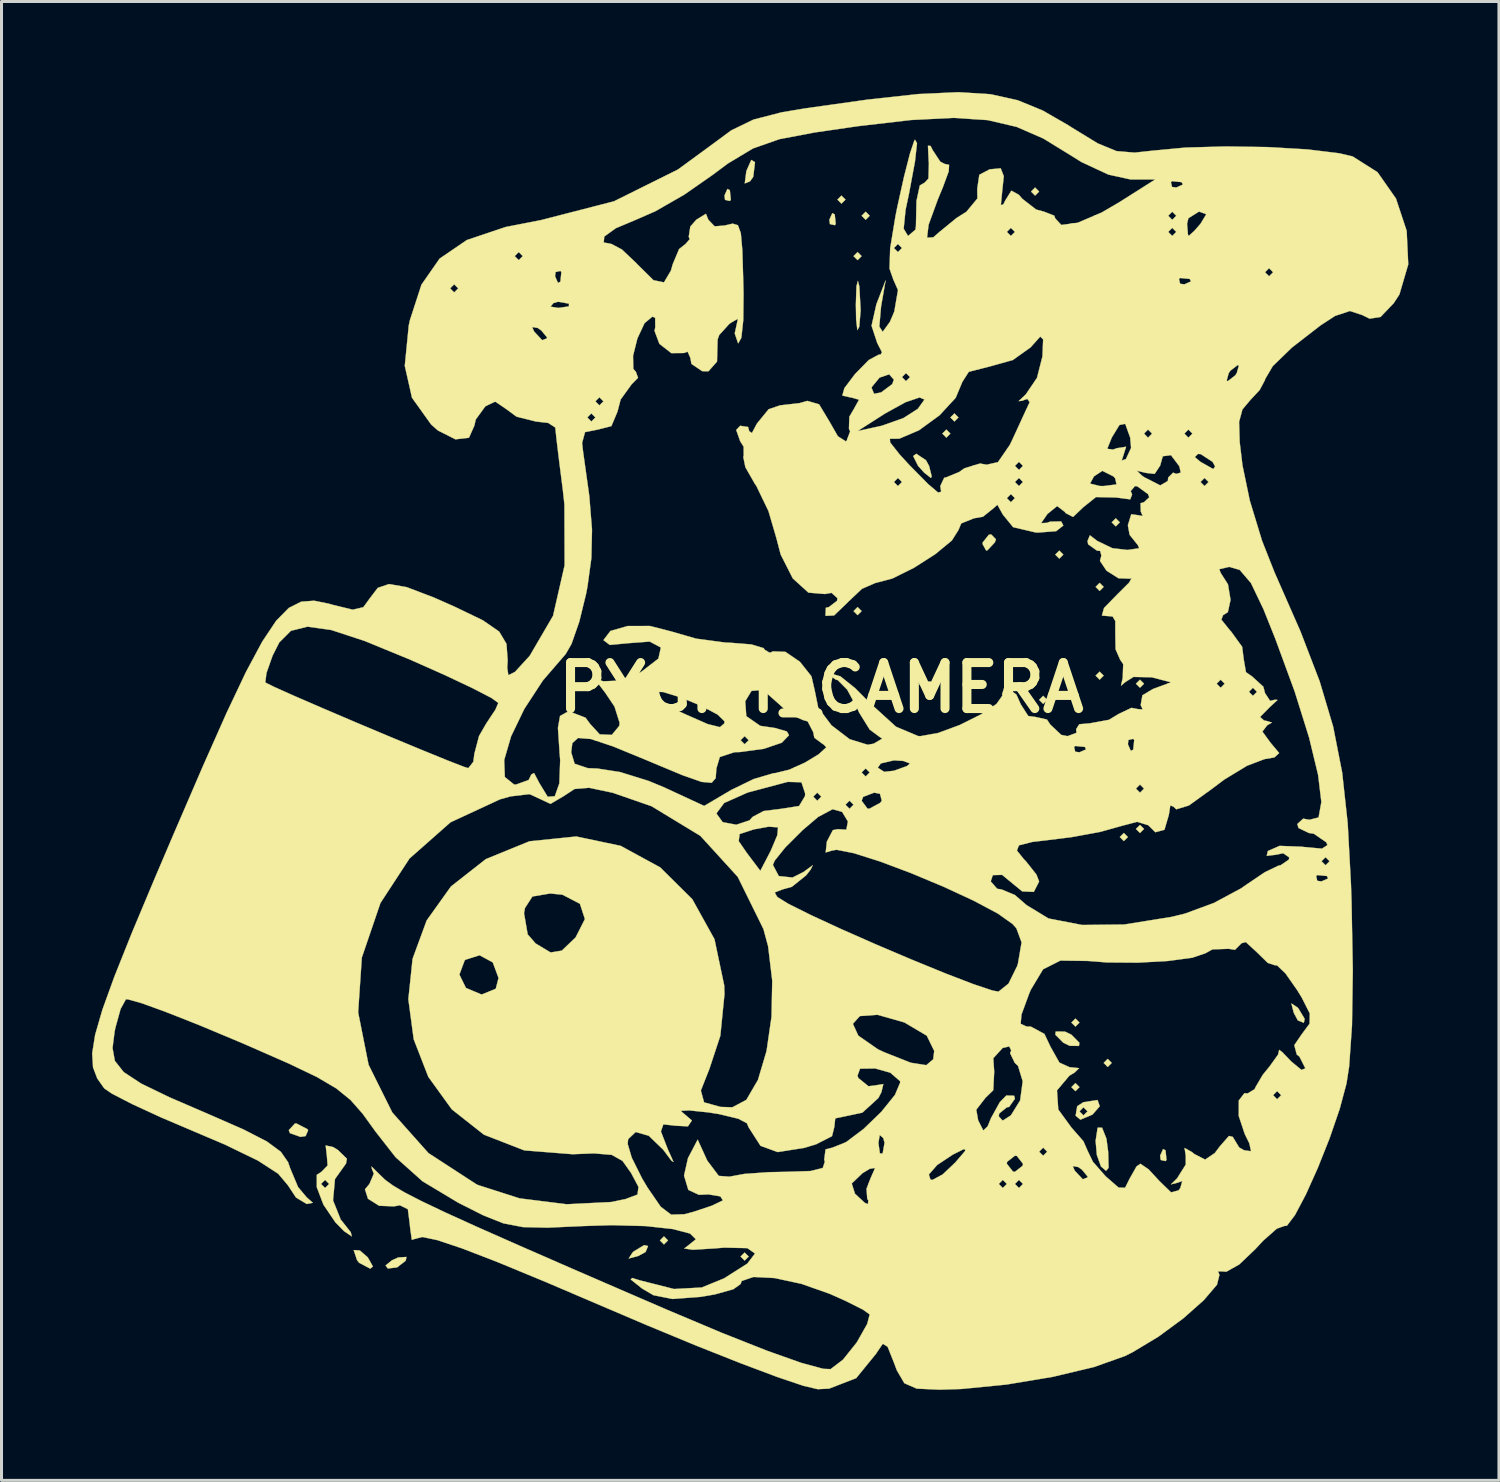
<source format=kicad_pcb>
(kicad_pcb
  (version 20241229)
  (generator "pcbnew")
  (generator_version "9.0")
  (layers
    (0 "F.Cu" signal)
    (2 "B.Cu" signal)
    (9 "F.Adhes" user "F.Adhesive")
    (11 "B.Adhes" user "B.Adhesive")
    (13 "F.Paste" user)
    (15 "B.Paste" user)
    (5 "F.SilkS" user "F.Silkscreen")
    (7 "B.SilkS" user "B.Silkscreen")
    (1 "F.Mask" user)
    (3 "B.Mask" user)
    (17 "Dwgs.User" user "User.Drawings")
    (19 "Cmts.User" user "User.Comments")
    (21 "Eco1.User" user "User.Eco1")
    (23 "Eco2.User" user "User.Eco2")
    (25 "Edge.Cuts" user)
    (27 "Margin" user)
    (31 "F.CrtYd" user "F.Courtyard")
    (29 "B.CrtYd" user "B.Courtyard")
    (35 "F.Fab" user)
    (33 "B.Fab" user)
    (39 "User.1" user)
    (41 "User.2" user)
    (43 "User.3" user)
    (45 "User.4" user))
  (footprint "PYGMY_CAMERA"
    (layer "F.Cu")
    (at 24.166 19.741)
    (property "Reference" "PYGMY_CAMERA" (at 0 0 0) (layer "F.SilkS") (effects (font (size 1.524 1.524) (thickness 0.3))))
    (attr through_hole)
    (fp_poly (pts (xy -5.08 18.315) (xy -5.214 18.448) (xy -5.347 18.315) (xy -5.214 18.181) (xy -5.08 18.315)) (stroke (width 0.01) (type solid)) (fill yes) (layer "F.SilkS"))
    (fp_poly (pts (xy -2.406 18.849) (xy -2.54 18.983) (xy -2.674 18.849) (xy -2.54 18.716) (xy -2.406 18.849)) (stroke (width 0.01) (type solid)) (fill yes) (layer "F.SilkS"))
    (fp_poly (pts (xy 0.802 -16.176) (xy 0.668 -16.042) (xy 0.535 -16.176) (xy 0.668 -16.309) (xy 0.802 -16.176)) (stroke (width 0.01) (type solid)) (fill yes) (layer "F.SilkS"))
    (fp_poly (pts (xy 1.337 -14.304) (xy 1.203 -14.171) (xy 1.069 -14.304) (xy 1.203 -14.438) (xy 1.337 -14.304)) (stroke (width 0.01) (type solid)) (fill yes) (layer "F.SilkS"))
    (fp_poly (pts (xy 1.337 -2.54) (xy 1.203 -2.406) (xy 1.069 -2.54) (xy 1.203 -2.674) (xy 1.337 -2.54)) (stroke (width 0.01) (type solid)) (fill yes) (layer "F.SilkS"))
    (fp_poly (pts (xy 1.604 -15.641) (xy 1.471 -15.507) (xy 1.337 -15.641) (xy 1.471 -15.775) (xy 1.604 -15.641)) (stroke (width 0.01) (type solid)) (fill yes) (layer "F.SilkS"))
    (fp_poly (pts (xy 4.278 -8.422) (xy 4.144 -8.288) (xy 4.011 -8.422) (xy 4.144 -8.556) (xy 4.278 -8.422)) (stroke (width 0.01) (type solid)) (fill yes) (layer "F.SilkS"))
    (fp_poly (pts (xy 4.545 -8.957) (xy 4.412 -8.823) (xy 4.278 -8.957) (xy 4.412 -9.091) (xy 4.545 -8.957)) (stroke (width 0.01) (type solid)) (fill yes) (layer "F.SilkS"))
    (fp_poly (pts (xy 7.219 -16.443) (xy 7.085 -16.309) (xy 6.952 -16.443) (xy 7.085 -16.577) (xy 7.219 -16.443)) (stroke (width 0.01) (type solid)) (fill yes) (layer "F.SilkS"))
    (fp_poly (pts (xy 7.486 0.401) (xy 7.353 0.535) (xy 7.219 0.401) (xy 7.353 0.267) (xy 7.486 0.401)) (stroke (width 0.01) (type solid)) (fill yes) (layer "F.SilkS"))
    (fp_poly (pts (xy 8.021 -4.412) (xy 7.887 -4.278) (xy 7.754 -4.412) (xy 7.887 -4.545) (xy 8.021 -4.412)) (stroke (width 0.01) (type solid)) (fill yes) (layer "F.SilkS"))
    (fp_poly (pts (xy 8.556 11.096) (xy 8.422 11.229) (xy 8.288 11.096) (xy 8.422 10.962) (xy 8.556 11.096)) (stroke (width 0.01) (type solid)) (fill yes) (layer "F.SilkS"))
    (fp_poly (pts (xy 8.556 13.235) (xy 8.422 13.368) (xy 8.288 13.235) (xy 8.422 13.101) (xy 8.556 13.235)) (stroke (width 0.01) (type solid)) (fill yes) (layer "F.SilkS"))
    (fp_poly (pts (xy 9.358 -3.342) (xy 9.224 -3.208) (xy 9.091 -3.342) (xy 9.224 -3.476) (xy 9.358 -3.342)) (stroke (width 0.01) (type solid)) (fill yes) (layer "F.SilkS"))
    (fp_poly (pts (xy 9.358 -0.401) (xy 9.224 -0.267) (xy 9.091 -0.401) (xy 9.224 -0.535) (xy 9.358 -0.401)) (stroke (width 0.01) (type solid)) (fill yes) (layer "F.SilkS"))
    (fp_poly (pts (xy 9.625 12.433) (xy 9.492 12.566) (xy 9.358 12.433) (xy 9.492 12.299) (xy 9.625 12.433)) (stroke (width 0.01) (type solid)) (fill yes) (layer "F.SilkS"))
    (fp_poly (pts (xy 9.893 -5.481) (xy 9.759 -5.347) (xy 9.625 -5.481) (xy 9.759 -5.615) (xy 9.893 -5.481)) (stroke (width 0.01) (type solid)) (fill yes) (layer "F.SilkS"))
    (fp_poly (pts (xy 10.16 4.946) (xy 10.026 5.08) (xy 9.893 4.946) (xy 10.026 4.813) (xy 10.16 4.946)) (stroke (width 0.01) (type solid)) (fill yes) (layer "F.SilkS"))
    (fp_poly (pts (xy 10.695 -0.134) (xy 10.561 0) (xy 10.427 -0.134) (xy 10.561 -0.267) (xy 10.695 -0.134)) (stroke (width 0.01) (type solid)) (fill yes) (layer "F.SilkS"))
    (fp_poly (pts (xy 10.695 4.679) (xy 10.561 4.813) (xy 10.427 4.679) (xy 10.561 4.545) (xy 10.695 4.679)) (stroke (width 0.01) (type solid)) (fill yes) (layer "F.SilkS"))
    (fp_poly (pts (xy -3.03 -16.488) (xy -2.998 -16.17) (xy -3.03 -16.131) (xy -3.189 -16.168) (xy -3.208 -16.309) (xy -3.111 -16.53) (xy -3.03 -16.488)) (stroke (width 0.01) (type solid)) (fill yes) (layer "F.SilkS"))
    (fp_poly (pts (xy 0.446 -15.686) (xy 0.478 -15.368) (xy 0.446 -15.329) (xy 0.287 -15.366) (xy 0.267 -15.507) (xy 0.365 -15.727) (xy 0.446 -15.686)) (stroke (width 0.01) (type solid)) (fill yes) (layer "F.SilkS"))
    (fp_poly (pts (xy 3.654 -0.178) (xy 3.617 -0.019) (xy 3.476 0) (xy 3.256 -0.098) (xy 3.298 -0.178) (xy 3.615 -0.21) (xy 3.654 -0.178)) (stroke (width 0.01) (type solid)) (fill yes) (layer "F.SilkS"))
    (fp_poly (pts (xy 11.408 15.329) (xy 11.44 15.646) (xy 11.408 15.686) (xy 11.249 15.649) (xy 11.229 15.507) (xy 11.327 15.287) (xy 11.408 15.329)) (stroke (width 0.01) (type solid)) (fill yes) (layer "F.SilkS"))
    (fp_poly (pts (xy -15.291 18.648) (xy -15.029 18.876) (xy -14.859 19.178) (xy -14.946 19.251) (xy -15.316 19.055) (xy -15.385 18.965) (xy -15.495 18.634) (xy -15.291 18.648)) (stroke (width 0.01) (type solid)) (fill yes) (layer "F.SilkS"))
    (fp_poly (pts (xy -13.771 18.986) (xy -14.057 19.208) (xy -14.364 19.245) (xy -14.438 19.145) (xy -14.228 18.974) (xy -14.023 18.881) (xy -13.747 18.862) (xy -13.771 18.986)) (stroke (width 0.01) (type solid)) (fill yes) (layer "F.SilkS"))
    (fp_poly (pts (xy -5.741 18.5) (xy -5.822 18.699) (xy -6.071 18.832) (xy -6.383 18.914) (xy -6.255 18.718) (xy -6.221 18.683) (xy -5.87 18.471) (xy -5.741 18.5)) (stroke (width 0.01) (type solid)) (fill yes) (layer "F.SilkS"))
    (fp_poly (pts (xy -2.196 -17.416) (xy -2.255 -16.931) (xy -2.361 -16.782) (xy -2.536 -16.713) (xy -2.485 -17.105) (xy -2.478 -17.133) (xy -2.32 -17.491) (xy -2.196 -17.416)) (stroke (width 0.01) (type solid)) (fill yes) (layer "F.SilkS"))
    (fp_poly (pts (xy 15.773 10.589) (xy 15.808 10.623) (xy 16.019 10.974) (xy 15.99 11.103) (xy 15.792 11.023) (xy 15.658 10.773) (xy 15.577 10.461) (xy 15.773 10.589)) (stroke (width 0.01) (type solid)) (fill yes) (layer "F.SilkS"))
    (fp_poly (pts (xy -17.027 14.629) (xy -17.005 14.661) (xy -17.087 14.856) (xy -17.257 14.884) (xy -17.606 14.76) (xy -17.646 14.661) (xy -17.444 14.442) (xy -17.395 14.438) (xy -17.027 14.629)) (stroke (width 0.01) (type solid)) (fill yes) (layer "F.SilkS"))
    (fp_poly (pts (xy 1.261 -13.298) (xy 1.305 -12.507) (xy 1.258 -11.961) (xy 1.195 -11.853) (xy 1.155 -12.204) (xy 1.146 -12.7) (xy 1.166 -13.307) (xy 1.214 -13.484) (xy 1.261 -13.298)) (stroke (width 0.01) (type solid)) (fill yes) (layer "F.SilkS"))
    (fp_poly (pts (xy 3.469 -7.54) (xy 3.572 -7.353) (xy 3.659 -7.005) (xy 3.634 -6.952) (xy 3.41 -7.128) (xy 3.208 -7.353) (xy 3.046 -7.678) (xy 3.147 -7.754) (xy 3.469 -7.54)) (stroke (width 0.01) (type solid)) (fill yes) (layer "F.SilkS"))
    (fp_poly (pts (xy 5.79 -4.916) (xy 5.748 -4.813) (xy 5.508 -4.558) (xy 5.465 -4.545) (xy 5.35 -4.752) (xy 5.347 -4.813) (xy 5.553 -5.07) (xy 5.631 -5.08) (xy 5.79 -4.916)) (stroke (width 0.01) (type solid)) (fill yes) (layer "F.SilkS"))
    (fp_poly (pts (xy 8.076 11.395) (xy 8.288 11.497) (xy 8.553 11.764) (xy 8.54 11.869) (xy 8.234 11.866) (xy 8.021 11.764) (xy 7.756 11.497) (xy 7.769 11.392) (xy 8.076 11.395)) (stroke (width 0.01) (type solid)) (fill yes) (layer "F.SilkS"))
    (fp_poly (pts (xy 9.45 14.944) (xy 9.508 15.386) (xy 9.52 15.909) (xy 9.436 16.009) (xy 9.269 15.864) (xy 9.132 15.484) (xy 9.091 15.017) (xy 9.158 14.579) (xy 9.304 14.578) (xy 9.45 14.944)) (stroke (width 0.01) (type solid)) (fill yes) (layer "F.SilkS"))
    (fp_poly (pts (xy 9.228 13.869) (xy 8.987 14.145) (xy 8.587 14.313) (xy 8.429 14.182) (xy 8.453 14.037) (xy 8.556 14.037) (xy 8.689 14.171) (xy 8.823 14.037) (xy 8.689 13.903) (xy 8.556 14.037) (xy 8.453 14.037) (xy 8.481 13.867) (xy 8.684 13.735) (xy 9.155 13.661) (xy 9.228 13.869)) (stroke (width 0.01) (type solid)) (fill yes) (layer "F.SilkS"))
    (fp_poly (pts (xy -16.178 15.221) (xy -16.024 15.314) (xy -15.721 15.607) (xy -15.749 15.766) (xy -16.115 16.28) (xy -16.18 16.987) (xy -15.923 17.628) (xy -15.891 17.665) (xy -15.592 18.044) (xy -15.558 18.181) (xy -15.818 18.005) (xy -16.103 17.713) (xy -16.498 17.129) (xy -16.718 16.551) (xy -16.718 16.443) (xy -16.577 16.443) (xy -16.443 16.577) (xy -16.309 16.443) (xy -16.443 16.309) (xy -16.577 16.443) (xy -16.718 16.443) (xy -16.718 16.141) (xy -16.564 16.042) (xy -16.36 15.832) (xy -16.383 15.523) (xy -16.424 15.168) (xy -16.178 15.221)) (stroke (width 0.01) (type solid)) (fill yes) (layer "F.SilkS"))
    (fp_poly (pts (xy 5.608 -19.669) (xy 6.509 -19.469) (xy 7.337 -19.129) (xy 8.182 -18.642) (xy 8.313 -18.558) (xy 9.161 -18.04) (xy 9.783 -17.784) (xy 10.382 -17.733) (xy 10.962 -17.796) (xy 12.06 -17.9) (xy 13.395 -17.938) (xy 14.799 -17.917) (xy 16.108 -17.84) (xy 17.155 -17.713) (xy 17.606 -17.608) (xy 18.433 -17.085) (xy 19.045 -16.21) (xy 19.399 -15.14) (xy 19.451 -14.029) (xy 19.158 -13.032) (xy 18.969 -12.743) (xy 18.533 -12.287) (xy 18.171 -12.231) (xy 17.934 -12.348) (xy 17.519 -12.486) (xy 17.028 -12.323) (xy 16.548 -12.011) (xy 15.6 -11.277) (xy 14.961 -10.658) (xy 14.707 -10.226) (xy 14.705 -10.201) (xy 14.527 -9.866) (xy 14.216 -9.533) (xy 13.956 -9.223) (xy 13.845 -8.811) (xy 13.865 -8.143) (xy 13.958 -7.37) (xy 14.201 -6.2) (xy 14.606 -4.872) (xy 15.018 -3.828) (xy 15.879 -1.868) (xy 16.515 -0.215) (xy 16.963 1.29) (xy 17.261 2.808) (xy 17.445 4.496) (xy 17.553 6.514) (xy 17.572 7.085) (xy 17.614 9.354) (xy 17.587 11.189) (xy 17.492 12.552) (xy 17.404 13.118) (xy 17.181 13.951) (xy 16.849 14.919) (xy 16.457 15.905) (xy 16.057 16.796) (xy 15.698 17.474) (xy 15.432 17.826) (xy 15.342 17.837) (xy 15.094 17.926) (xy 14.641 18.326) (xy 14.386 18.601) (xy 13.851 19.111) (xy 13.422 19.352) (xy 13.3 19.342) (xy 13.145 19.34) (xy 13.195 19.454) (xy 13.112 19.784) (xy 12.675 20.296) (xy 11.992 20.901) (xy 11.168 21.507) (xy 10.309 22.023) (xy 10.063 22.146) (xy 9.035 22.511) (xy 7.662 22.837) (xy 6.136 23.091) (xy 4.645 23.238) (xy 3.919 23.261) (xy 3.163 23.226) (xy 2.753 23.047) (xy 2.502 22.616) (xy 2.419 22.392) (xy 2.199 21.839) (xy 2.039 21.739) (xy 1.836 22.036) (xy 1.825 22.058) (xy 1.157 22.878) (xy 0.259 23.226) (xy -0.118 23.244) (xy -0.585 23.135) (xy -1.462 22.839) (xy -2.674 22.384) (xy -4.142 21.802) (xy -5.789 21.12) (xy -7.071 20.573) (xy -9.116 19.699) (xy -10.715 19.038) (xy -11.906 18.578) (xy -12.729 18.303) (xy -13.221 18.201) (xy -13.417 18.251) (xy -13.57 18.294) (xy -13.631 17.849) (xy -13.632 17.816) (xy -13.7 17.28) (xy -13.963 17.15) (xy -14.161 17.186) (xy -14.652 17.166) (xy -15.022 16.933) (xy -15.121 16.621) (xy -14.973 16.443) (xy -14.828 16.103) (xy -14.893 15.939) (xy -14.904 15.864) (xy -14.63 16.136) (xy -14.449 16.31) (xy -14.19 16.498) (xy -13.805 16.726) (xy -13.243 17.015) (xy -12.455 17.39) (xy -11.392 17.873) (xy -10.004 18.487) (xy -8.242 19.257) (xy -6.056 20.204) (xy -5.109 20.613) (xy -3.297 21.377) (xy -1.8 21.969) (xy -0.664 22.372) (xy 0.067 22.57) (xy 0.308 22.58) (xy 0.719 22.267) (xy 1.178 21.692) (xy 1.521 21.084) (xy 1.604 20.767) (xy 1.381 20.608) (xy 0.806 20.319) (xy 0.285 20.086) (xy -0.657 19.754) (xy -1.545 19.562) (xy -2.249 19.526) (xy -2.637 19.659) (xy -2.674 19.76) (xy -2.913 19.932) (xy -3.525 20.104) (xy -3.999 20.185) (xy -4.931 20.255) (xy -5.562 20.13) (xy -5.937 19.91) (xy -6.315 19.608) (xy -6.266 19.559) (xy -6.016 19.637) (xy -4.879 19.925) (xy -3.962 19.875) (xy -3.223 19.573) (xy -2.453 19.085) (xy -2.196 18.749) (xy -2.45 18.57) (xy -3.213 18.553) (xy -3.519 18.578) (xy -4.258 18.624) (xy -4.541 18.582) (xy -4.425 18.493) (xy -4.156 18.277) (xy -4.348 18.087) (xy -4.926 17.937) (xy -5.817 17.839) (xy -6.946 17.809) (xy -7.906 17.839) (xy -9.071 17.892) (xy -9.886 17.873) (xy -10.537 17.748) (xy -11.206 17.481) (xy -12.025 17.068) (xy -13.215 16.354) (xy -14.107 15.557) (xy -14.777 14.7) (xy -15.201 14.113) (xy -15.6 13.66) (xy -16.072 13.277) (xy -16.715 12.899) (xy -17.628 12.461) (xy -18.909 11.898) (xy -19.324 11.72) (xy -20.594 11.188) (xy -21.686 10.756) (xy -15.348 10.756) (xy -15.002 12.494) (xy -14.216 14.075) (xy -13.018 15.421) (xy -11.435 16.45) (xy -11.365 16.483) (xy -9.997 16.921) (xy -8.438 17.116) (xy -6.956 17.042) (xy -6.487 16.944) (xy -6.091 16.795) (xy -6.057 16.542) (xy -6.303 16.079) (xy -6.588 15.678) (xy -6.943 15.48) (xy -7.535 15.43) (xy -8.239 15.458) (xy -9.841 15.331) (xy -10.404 15.112) (xy -6.417 15.112) (xy -6.281 15.573) (xy -5.939 16.259) (xy -5.756 16.566) (xy -5.321 17.199) (xy -4.974 17.461) (xy -4.537 17.447) (xy -4.249 17.371) (xy -3.626 17.164) (xy -3.269 16.993) (xy -3.261 16.986) (xy -3.345 16.855) (xy -3.743 16.789) (xy -4.052 16.804) (xy -4.406 16.64) (xy -4.469 16.429) (xy 1.009 16.429) (xy 1.116 16.766) (xy 1.441 17.068) (xy 1.548 17.112) (xy 1.557 16.978) (xy 1.524 16.943) (xy 1.499 16.604) (xy 1.56 16.443) (xy 5.882 16.443) (xy 6.016 16.577) (xy 6.149 16.443) (xy 6.417 16.443) (xy 6.551 16.577) (xy 6.684 16.443) (xy 6.551 16.309) (xy 6.417 16.443) (xy 6.149 16.443) (xy 6.016 16.309) (xy 5.882 16.443) (xy 1.56 16.443) (xy 1.63 16.262) (xy 1.688 16.131) (xy 3.564 16.131) (xy 3.62 16.303) (xy 3.686 16.309) (xy 4.023 16.128) (xy 4.396 15.775) (xy 6.149 15.775) (xy 6.353 16.034) (xy 6.417 16.042) (xy 6.66 15.851) (xy 8.332 15.851) (xy 8.397 16.001) (xy 8.666 16.288) (xy 8.821 16.229) (xy 8.823 16.192) (xy 8.633 15.965) (xy 8.514 15.883) (xy 8.332 15.851) (xy 6.66 15.851) (xy 6.676 15.839) (xy 6.684 15.775) (xy 6.481 15.515) (xy 6.417 15.507) (xy 6.157 15.711) (xy 6.149 15.775) (xy 4.396 15.775) (xy 4.437 15.736) (xy 4.747 15.374) (xy 7.219 15.374) (xy 7.353 15.507) (xy 7.486 15.374) (xy 7.353 15.24) (xy 7.219 15.374) (xy 4.747 15.374) (xy 4.775 15.34) (xy 4.74 15.281) (xy 4.36 15.47) (xy 3.842 15.814) (xy 3.564 16.131) (xy 1.688 16.131) (xy 1.784 15.913) (xy 1.607 15.941) (xy 1.366 16.086) (xy 1.009 16.429) (xy -4.469 16.429) (xy -4.548 16.167) (xy -4.418 15.589) (xy -4.411 15.575) (xy -4.096 14.974) (xy -3.78 15.668) (xy -3.397 16.176) (xy -3.047 16.202) (xy -2.552 16.111) (xy -1.743 16.053) (xy -1.19 16.042) (xy -0.354 16.015) (xy 0.049 15.914) (xy 0.118 15.708) (xy 0.097 15.641) (xy 0.141 15.298) (xy 0.368 15.24) (xy 0.76 15.084) (xy 1.893 15.084) (xy 1.942 15.431) (xy 2.033 15.435) (xy 2.097 15.077) (xy 2.054 14.922) (xy 1.936 14.821) (xy 1.893 15.084) (xy 0.76 15.084) (xy 0.815 15.062) (xy 1.402 14.621) (xy 1.991 14.052) (xy 2.046 13.983) (xy 5.136 13.983) (xy 5.199 14.338) (xy 5.369 14.671) (xy 5.513 14.534) (xy 5.623 14.265) (xy 5.917 13.732) (xy 6.131 13.514) (xy 6.39 13.518) (xy 6.417 13.62) (xy 6.223 13.892) (xy 6.149 13.903) (xy 5.895 14.111) (xy 5.882 14.203) (xy 6.011 14.345) (xy 6.283 14.171) (xy 6.59 13.675) (xy 6.675 13.041) (xy 6.519 12.529) (xy 6.412 12.43) (xy 6.257 12.111) (xy 6.293 12.016) (xy 6.229 11.886) (xy 6.01 11.937) (xy 5.7 12.277) (xy 5.73 12.722) (xy 5.699 13.338) (xy 5.441 13.589) (xy 5.136 13.983) (xy 2.046 13.983) (xy 2.442 13.492) (xy 2.616 13.079) (xy 2.609 13.035) (xy 2.288 12.757) (xy 1.786 12.616) (xy 1.285 12.623) (xy 1.201 12.853) (xy 1.227 12.933) (xy 1.563 13.205) (xy 1.791 13.177) (xy 2.056 13.133) (xy 1.993 13.401) (xy 1.893 13.595) (xy 1.362 14.08) (xy 0.935 14.171) (xy 0.463 14.27) (xy 0.432 14.555) (xy 0.355 14.861) (xy -0.174 15.13) (xy -0.565 15.248) (xy -1.446 15.387) (xy -2.014 15.179) (xy -2.409 14.565) (xy -2.464 14.432) (xy -2.751 14.281) (xy -3.388 14.128) (xy -3.743 14.072) (xy -4.378 14.006) (xy -4.654 14.02) (xy -4.612 14.062) (xy -4.288 14.34) (xy -4.419 14.534) (xy -4.813 14.515) (xy -5.234 14.469) (xy -5.315 14.703) (xy -5.083 15.301) (xy -5.072 15.324) (xy -4.897 15.713) (xy -4.961 15.678) (xy -5.239 15.307) (xy -5.717 14.846) (xy -6.15 14.722) (xy -6.399 14.957) (xy -6.417 15.112) (xy -10.404 15.112) (xy -11.18 14.81) (xy -12.244 13.971) (xy -13.023 12.893) (xy -13.506 11.65) (xy -13.684 10.322) (xy -13.598 9.504) (xy -11.993 9.504) (xy -11.776 9.947) (xy -11.274 10.159) (xy -11.238 10.16) (xy -10.787 9.976) (xy -10.695 9.617) (xy -10.887 9.101) (xy -11.323 8.865) (xy -11.794 9.014) (xy -11.818 9.037) (xy -11.993 9.504) (xy -13.598 9.504) (xy -13.544 8.983) (xy -13.077 7.712) (xy -12.905 7.471) (xy -9.851 7.471) (xy -9.729 8.173) (xy -9.466 8.474) (xy -8.969 8.772) (xy -8.598 8.711) (xy -8.141 8.273) (xy -7.833 7.665) (xy -7.999 7.158) (xy -8.578 6.858) (xy -8.986 6.818) (xy -9.572 6.917) (xy -9.82 7.3) (xy -9.851 7.471) (xy -12.905 7.471) (xy -12.272 6.585) (xy -11.118 5.68) (xy -9.67 5.088) (xy -8.119 4.929) (xy -6.648 5.239) (xy -5.338 5.953) (xy -4.275 7.006) (xy -3.539 8.333) (xy -3.216 9.867) (xy -3.208 10.156) (xy -3.345 11.531) (xy -3.707 12.629) (xy -3.991 13.347) (xy -3.884 13.74) (xy -3.333 13.891) (xy -2.948 13.903) (xy -2.484 13.657) (xy -2.099 12.997) (xy -1.814 12.04) (xy -1.683 11.137) (xy 1.047 11.137) (xy 1.228 11.53) (xy 1.876 11.98) (xy 2.073 12.073) (xy 2.964 12.426) (xy 3.479 12.507) (xy 3.708 12.314) (xy 3.743 12.035) (xy 3.496 11.53) (xy 2.832 11.137) (xy 6.607 11.137) (xy 6.802 11.226) (xy 6.944 11.229) (xy 7.394 11.471) (xy 7.596 11.898) (xy 7.891 12.422) (xy 8.227 12.574) (xy 8.545 12.606) (xy 8.396 12.751) (xy 8.222 12.855) (xy 7.811 13.343) (xy 7.853 13.975) (xy 8.288 14.572) (xy 8.688 15.029) (xy 8.823 15.339) (xy 9.001 15.708) (xy 9.425 16.192) (xy 9.852 16.563) (xy 10.068 16.57) (xy 10.218 16.269) (xy 10.448 15.862) (xy 10.576 15.775) (xy 10.848 15.96) (xy 11.211 16.353) (xy 11.592 16.722) (xy 11.842 16.655) (xy 11.897 16.579) (xy 11.964 16.348) (xy 11.739 16.422) (xy 11.588 16.456) (xy 11.788 16.262) (xy 12.078 15.801) (xy 12.078 15.507) (xy 12.038 15.25) (xy 12.281 15.385) (xy 12.365 15.453) (xy 12.722 15.636) (xy 13.041 15.419) (xy 13.211 15.193) (xy 13.51 14.853) (xy 13.636 14.883) (xy 13.636 14.885) (xy 13.849 15.235) (xy 14.012 15.327) (xy 14.241 15.359) (xy 14.186 15.099) (xy 14.033 14.788) (xy 13.834 14.189) (xy 13.836 13.678) (xy 13.971 13.502) (xy 14.973 13.502) (xy 15.106 13.636) (xy 15.24 13.502) (xy 15.106 13.368) (xy 14.973 13.502) (xy 13.971 13.502) (xy 14.024 13.434) (xy 14.129 13.444) (xy 14.361 13.303) (xy 14.39 13.235) (xy 14.628 12.83) (xy 14.859 12.545) (xy 15.138 12.156) (xy 15.174 11.999) (xy 15.274 12.072) (xy 15.574 12.385) (xy 15.914 12.665) (xy 16.042 12.612) (xy 15.845 12.223) (xy 15.757 12.154) (xy 15.675 11.844) (xy 15.921 11.483) (xy 16.181 11.133) (xy 16.188 10.793) (xy 15.922 10.267) (xy 15.774 10.025) (xy 15.383 9.467) (xy 15.1 9.197) (xy 15.043 9.199) (xy 14.798 9.119) (xy 14.414 8.745) (xy 14.068 8.427) (xy 13.913 8.47) (xy 13.912 8.481) (xy 13.71 8.684) (xy 13.499 8.651) (xy 12.962 8.67) (xy 12.729 8.799) (xy 12.292 8.947) (xy 11.491 9.054) (xy 10.495 9.11) (xy 9.474 9.103) (xy 8.823 9.053) (xy 7.923 9.041) (xy 7.35 9.33) (xy 6.939 10.015) (xy 6.88 10.16) (xy 6.635 10.827) (xy 6.607 11.137) (xy 2.832 11.137) (xy 2.755 11.091) (xy 1.865 10.838) (xy 1.278 10.88) (xy 1.047 11.137) (xy -1.683 11.137) (xy -1.649 10.905) (xy -1.625 9.708) (xy -1.762 8.567) (xy -1.917 7.994) (xy -2.769 6.266) (xy -3.848 5.082) (xy -2.737 5.082) (xy -2.472 5.467) (xy -2.02 6.067) (xy -1.917 5.87) (xy -1.604 5.87) (xy -1.408 6.24) (xy -0.954 6.289) (xy -0.59 6.106) (xy -0.283 5.883) (xy -0.354 6.027) (xy -0.501 6.216) (xy -0.974 6.596) (xy -1.289 6.684) (xy -1.544 6.785) (xy -1.457 6.934) (xy -1.088 7.162) (xy -0.346 7.532) (xy 0.657 7.996) (xy 1.809 8.504) (xy 2.999 9.01) (xy 4.114 9.466) (xy 5.043 9.823) (xy 5.674 10.034) (xy 5.873 10.07) (xy 6.204 9.805) (xy 6.493 9.22) (xy 6.517 9.141) (xy 6.638 8.438) (xy 6.465 7.97) (xy 6.339 7.829) (xy 5.855 7.485) (xy 5.052 7.057) (xy 4.051 6.593) (xy 3.63 6.417) (xy 5.615 6.417) (xy 5.828 6.661) (xy 5.974 6.684) (xy 6.414 6.867) (xy 6.804 7.204) (xy 7.531 7.646) (xy 8.643 7.861) (xy 10.037 7.846) (xy 11.611 7.593) (xy 12.055 7.484) (xy 13.014 7.13) (xy 13.912 6.648) (xy 14.086 6.526) (xy 14.512 6.239) (xy 16.399 6.239) (xy 16.435 6.398) (xy 16.577 6.417) (xy 16.797 6.319) (xy 16.755 6.239) (xy 16.438 6.207) (xy 16.399 6.239) (xy 14.512 6.239) (xy 14.697 6.114) (xy 15.153 5.894) (xy 15.222 5.882) (xy 15.418 5.748) (xy 16.577 5.748) (xy 16.711 5.882) (xy 16.844 5.748) (xy 16.711 5.615) (xy 16.577 5.748) (xy 15.418 5.748) (xy 15.496 5.695) (xy 15.507 5.623) (xy 15.308 5.484) (xy 15.062 5.535) (xy 14.761 5.57) (xy 14.8 5.41) (xy 15.189 5.24) (xy 15.926 5.268) (xy 15.955 5.273) (xy 16.592 5.332) (xy 16.774 5.214) (xy 16.736 5.122) (xy 16.323 4.837) (xy 16.16 4.813) (xy 15.815 4.648) (xy 15.775 4.517) (xy 15.969 4.338) (xy 16.176 4.375) (xy 16.48 4.298) (xy 16.572 3.786) (xy 16.464 2.887) (xy 16.166 1.652) (xy 15.69 0.131) (xy 15.045 -1.626) (xy 14.652 -2.607) (xy 14.239 -3.47) (xy 13.866 -3.905) (xy 13.52 -4.006) (xy 13.19 -3.93) (xy 13.235 -3.806) (xy 13.477 -3.427) (xy 13.562 -2.914) (xy 13.474 -2.505) (xy 13.315 -2.406) (xy 13.258 -2.257) (xy 13.549 -1.895) (xy 13.576 -1.87) (xy 13.946 -1.359) (xy 14 -0.936) (xy 14.073 -0.517) (xy 14.276 -0.375) (xy 14.649 -0.035) (xy 14.705 0.178) (xy 14.871 0.433) (xy 15.039 0.397) (xy 15.12 0.405) (xy 14.855 0.649) (xy 14.541 0.968) (xy 14.675 1.087) (xy 14.721 1.091) (xy 14.934 1.153) (xy 14.774 1.246) (xy 14.618 1.453) (xy 14.891 1.826) (xy 15.174 2.164) (xy 15.015 2.309) (xy 14.688 2.365) (xy 14.11 2.584) (xy 13.355 3.042) (xy 12.923 3.367) (xy 12.181 3.902) (xy 11.764 4.028) (xy 11.674 3.943) (xy 11.566 3.898) (xy 11.518 4.211) (xy 11.372 4.707) (xy 11.071 4.788) (xy 10.835 4.555) (xy 10.468 4.443) (xy 9.95 4.579) (xy 9.242 4.777) (xy 8.299 4.95) (xy 7.887 5.002) (xy 6.991 5.11) (xy 6.549 5.223) (xy 6.483 5.395) (xy 6.713 5.681) (xy 6.786 5.755) (xy 7.13 6.19) (xy 7.219 6.42) (xy 7.043 6.765) (xy 6.659 6.748) (xy 6.414 6.548) (xy 5.993 6.201) (xy 5.684 6.209) (xy 5.615 6.417) (xy 3.63 6.417) (xy 2.975 6.143) (xy 1.944 5.756) (xy 1.081 5.482) (xy 0.506 5.369) (xy 0.355 5.396) (xy 0.146 5.459) (xy 0.185 5.098) (xy 0.383 4.719) (xy 0.547 4.686) (xy 0.83 4.704) (xy 0.883 4.431) (xy 0.69 4.113) (xy 0.376 4.025) (xy -0.102 4.28) (xy -0.619 4.719) (xy -1.188 5.286) (xy -1.544 5.729) (xy -1.604 5.87) (xy -1.917 5.87) (xy -1.673 5.4) (xy -1.456 4.884) (xy -1.434 4.626) (xy -1.742 4.604) (xy -2.233 4.693) (xy -2.705 4.848) (xy -2.737 5.082) (xy -3.848 5.082) (xy -4.006 4.909) (xy -5.23 4.165) (xy -3.476 4.165) (xy -3.267 4.455) (xy -2.815 4.539) (xy -2.378 4.394) (xy -2.273 4.278) (xy -1.911 4.085) (xy -1.321 4.011) (xy -0.736 3.919) (xy -0.711 3.877) (xy 0.802 3.877) (xy 0.936 4.011) (xy 1.069 3.877) (xy 0.936 3.743) (xy 1.337 3.743) (xy 1.529 4.003) (xy 1.588 4.011) (xy 1.951 3.816) (xy 2.005 3.743) (xy 1.945 3.514) (xy 1.754 3.476) (xy 1.388 3.615) (xy 1.337 3.743) (xy 0.936 3.743) (xy 0.802 3.877) (xy -0.711 3.877) (xy -0.55 3.609) (xy -0.267 3.609) (xy -0.134 3.743) (xy 0 3.609) (xy -0.134 3.476) (xy -0.267 3.609) (xy -0.55 3.609) (xy -0.539 3.59) (xy -0.535 3.501) (xy -0.587 3.342) (xy 10.427 3.342) (xy 10.561 3.476) (xy 10.695 3.342) (xy 10.561 3.208) (xy 10.427 3.342) (xy -0.587 3.342) (xy -0.657 3.132) (xy -1.108 3.119) (xy -1.136 3.125) (xy -2.442 3.473) (xy -3.219 3.819) (xy -3.476 4.165) (xy -5.23 4.165) (xy -5.624 3.926) (xy -6.911 3.48) (xy -7.694 3.315) (xy -8.177 3.355) (xy -8.532 3.588) (xy -8.973 3.848) (xy -9.299 3.695) (xy -9.668 3.525) (xy -10.292 3.599) (xy -10.643 3.696) (xy -12.287 4.459) (xy -13.645 5.658) (xy -14.609 7.133) (xy -15.226 8.942) (xy -15.348 10.756) (xy -21.686 10.756) (xy -21.689 10.755) (xy -22.515 10.455) (xy -22.982 10.324) (xy -23.045 10.326) (xy -23.22 10.645) (xy -23.394 11.274) (xy -23.418 11.396) (xy -23.487 11.938) (xy -23.41 12.364) (xy -23.117 12.736) (xy -22.536 13.118) (xy -21.596 13.573) (xy -20.328 14.12) (xy -19.146 14.638) (xy -18.372 15.036) (xy -17.911 15.376) (xy -17.67 15.721) (xy -17.599 15.927) (xy -17.339 16.546) (xy -17.056 16.884) (xy -16.85 17.068) (xy -17.05 17.107) (xy -17.407 16.893) (xy -17.674 16.488) (xy -17.996 16.105) (xy -18.668 15.669) (xy -19.75 15.144) (xy -20.73 14.727) (xy -21.871 14.241) (xy -22.833 13.798) (xy -23.504 13.452) (xy -23.761 13.276) (xy -23.994 12.946) (xy -24.133 12.58) (xy -24.161 12.117) (xy -24.063 11.5) (xy -23.823 10.67) (xy -23.424 9.568) (xy -22.851 8.135) (xy -22.087 6.313) (xy -21.448 4.815) (xy -20.493 2.602) (xy -19.709 0.837) (xy -19.227 -0.18) (xy -18.425 -0.18) (xy -18.418 -0.171) (xy -18.119 -0.023) (xy -17.444 0.279) (xy -16.506 0.685) (xy -15.42 1.149) (xy -14.296 1.622) (xy -13.25 2.056) (xy -12.394 2.405) (xy -11.841 2.62) (xy -11.697 2.665) (xy -11.529 2.451) (xy -11.522 2.395) (xy -10.508 2.395) (xy -10.487 2.958) (xy -10.182 3.205) (xy -10.117 3.208) (xy -9.698 3.057) (xy -9.608 2.874) (xy -9.518 2.826) (xy -9.343 3.159) (xy -9.066 3.613) (xy -8.831 3.595) (xy -8.68 3.17) (xy -8.653 2.399) (xy -8.673 2.139) (xy -8.288 2.139) (xy -8.173 2.519) (xy -7.734 2.665) (xy -7.419 2.677) (xy -6.67 2.793) (xy -5.726 3.086) (xy -5.215 3.298) (xy -3.88 3.916) (xy -2.982 3.386) (xy -2.241 3.026) (xy -1.587 2.833) (xy -1.507 2.825) (xy -1.437 2.807) (xy 1.337 2.807) (xy 1.471 2.941) (xy 1.604 2.807) (xy 1.471 2.674) (xy 1.337 2.807) (xy -1.437 2.807) (xy -1.06 2.715) (xy -0.914 2.649) (xy 1.872 2.649) (xy 2.085 2.786) (xy 2.406 2.751) (xy 2.838 2.596) (xy 2.941 2.509) (xy 2.716 2.425) (xy 2.406 2.406) (xy 1.972 2.508) (xy 1.872 2.649) (xy -0.914 2.649) (xy -0.54 2.48) (xy -0.085 2.204) (xy 0.166 1.974) (xy 0.154 1.961) (xy 8.378 1.961) (xy 8.414 2.12) (xy 8.556 2.139) (xy 8.776 2.041) (xy 8.734 1.961) (xy 8.417 1.929) (xy 8.378 1.961) (xy 0.154 1.961) (xy 0.073 1.872) (xy 0.059 1.872) (xy -0.23 1.656) (xy -0.267 1.471) (xy -0.451 1.115) (xy -0.609 1.069) (xy -1.028 0.883) (xy -1.408 0.535) (xy -1.934 0.07) (xy -2.313 0.105) (xy -2.52 0.447) (xy -2.485 0.941) (xy -2.023 1.262) (xy -1.537 1.333) (xy -1.14 1.448) (xy -1.069 1.573) (xy -1.308 1.821) (xy -1.909 2.025) (xy -2.698 2.131) (xy -2.874 2.135) (xy -3.363 2.295) (xy -3.476 2.674) (xy -3.499 2.997) (xy -3.632 3.149) (xy -3.966 3.12) (xy -4.593 2.9) (xy -5.608 2.477) (xy -5.756 2.414) (xy -6.896 1.945) (xy -7.516 1.738) (xy -2.674 1.738) (xy -2.54 1.872) (xy -2.406 1.738) (xy -2.54 1.604) (xy -2.674 1.738) (xy -7.516 1.738) (xy -7.637 1.698) (xy -8.06 1.664) (xy -8.25 1.835) (xy -8.288 2.139) (xy -8.673 2.139) (xy -8.674 2.12) (xy -8.727 1.33) (xy -8.657 0.936) (xy -8.43 0.808) (xy -8.307 0.802) (xy -7.813 0.992) (xy -7.657 1.203) (xy -7.341 1.545) (xy -6.941 1.562) (xy -6.694 1.263) (xy -6.684 1.157) (xy -6.852 0.624) (xy -7.106 0.245) (xy -5.644 0.245) (xy -5.532 0.368) (xy -5.129 0.582) (xy -4.545 0.861) (xy -3.768 1.203) (xy -3.358 1.305) (xy -3.214 1.183) (xy -3.208 1.11) (xy -3.433 0.89) (xy -3.976 0.601) (xy -4.643 0.325) (xy -5.239 0.142) (xy -5.568 0.132) (xy -5.573 0.137) (xy -5.644 0.245) (xy -7.106 0.245) (xy -7.152 0.176) (xy -7.43 -0.188) (xy -7.33 -0.248) (xy -7.219 -0.214) (xy -6.729 -0.235) (xy -6.059 -0.478) (xy -5.972 -0.523) (xy -5.397 -0.966) (xy -5.316 -1.334) (xy -5.685 -1.53) (xy -6.383 -1.478) (xy -7.008 -1.419) (xy -7.219 -1.578) (xy -6.988 -1.882) (xy -6.415 -2.046) (xy -5.678 -2.047) (xy -4.966 -1.864) (xy -4.147 -1.627) (xy -3.181 -1.498) (xy -3.008 -1.491) (xy -2.314 -1.435) (xy -1.912 -1.314) (xy -1.872 -1.256) (xy -1.704 -1.158) (xy -1.602 -1.205) (xy -1.19 -1.19) (xy -0.708 -0.861) (xy -0.326 -0.379) (xy -0.217 0.092) (xy -0.102 0.659) (xy 0.338 1.245) (xy 0.94 1.705) (xy 1.538 1.889) (xy 1.633 1.872) (xy 10.16 1.872) (xy 10.258 2.092) (xy 10.338 2.05) (xy 10.37 1.733) (xy 10.338 1.693) (xy 10.179 1.73) (xy 10.16 1.872) (xy 1.633 1.872) (xy 1.738 1.853) (xy 2.022 1.685) (xy 1.925 1.623) (xy 1.605 1.386) (xy 1.255 0.823) (xy 1.186 0.668) (xy 0.859 0.063) (xy 0.545 -0.254) (xy 0.487 -0.267) (xy 0.318 -0.383) (xy 0.367 -0.456) (xy 0.632 -0.379) (xy 1.123 0.014) (xy 1.584 0.48) (xy 2.477 1.292) (xy 3.211 1.601) (xy 3.286 1.604) (xy 3.872 1.499) (xy 4.589 1.234) (xy 5.284 0.887) (xy 5.806 0.537) (xy 6.001 0.261) (xy 5.989 0.224) (xy 6.054 0.016) (xy 6.159 0) (xy 6.465 0.224) (xy 6.611 0.55) (xy 6.859 0.936) (xy 7.098 0.968) (xy 7.478 1.053) (xy 7.589 1.22) (xy 7.952 1.562) (xy 8.162 1.604) (xy 8.457 1.493) (xy 8.445 1.374) (xy 8.55 1.209) (xy 8.897 1.179) (xy 9.535 1.062) (xy 9.847 0.872) (xy 10.28 0.666) (xy 10.49 0.707) (xy 10.65 0.717) (xy 10.585 0.574) (xy 10.641 0.251) (xy 10.838 0.134) (xy 14.171 0.134) (xy 14.304 0.267) (xy 14.438 0.134) (xy 14.304 0) (xy 14.171 0.134) (xy 10.838 0.134) (xy 10.992 0.041) (xy 11.465 -0.134) (xy 13.101 -0.134) (xy 13.235 0) (xy 13.368 -0.134) (xy 13.235 -0.267) (xy 13.101 -0.134) (xy 11.465 -0.134) (xy 11.591 -0.18) (xy 10.952 -0.347) (xy 10.345 -0.359) (xy 10.078 -0.19) (xy 9.933 -0.069) (xy 9.989 -0.326) (xy 10.005 -0.783) (xy 9.905 -0.928) (xy 9.753 -1.274) (xy 9.744 -1.726) (xy 9.743 -2.213) (xy 9.654 -2.362) (xy 9.299 -2.392) (xy 9.369 -2.642) (xy 9.811 -3.096) (xy 10.203 -3.486) (xy 10.284 -3.635) (xy 10.225 -3.614) (xy 9.848 -3.629) (xy 9.453 -3.879) (xy 9.235 -4.204) (xy 9.282 -4.38) (xy 9.243 -4.532) (xy 9.135 -4.545) (xy 8.843 -4.754) (xy 8.823 -4.866) (xy 8.902 -5.052) (xy 9.144 -4.866) (xy 9.644 -4.625) (xy 10.147 -4.566) (xy 10.534 -4.623) (xy 10.494 -4.722) (xy 10.217 -5.069) (xy 10.16 -5.385) (xy 10.272 -5.749) (xy 10.469 -5.723) (xy 10.652 -5.691) (xy 10.587 -5.841) (xy 10.58 -6.115) (xy 10.695 -6.149) (xy 10.869 -6.312) (xy 10.828 -6.417) (xy 10.474 -6.674) (xy 10.396 -6.684) (xy 10.254 -6.518) (xy 10.3 -6.406) (xy 10.238 -6.243) (xy 9.768 -6.305) (xy 9.103 -6.319) (xy 8.681 -5.981) (xy 8.344 -5.66) (xy 8.095 -5.79) (xy 8.069 -5.828) (xy 7.817 -6.021) (xy 7.495 -5.759) (xy 7.492 -5.755) (xy 7.285 -5.455) (xy 7.478 -5.465) (xy 7.582 -5.504) (xy 7.949 -5.512) (xy 8.021 -5.376) (xy 7.784 -5.189) (xy 7.176 -5.142) (xy 7.099 -5.147) (xy 6.357 -5.322) (xy 6.013 -5.744) (xy 6.012 -5.748) (xy 5.836 -6.065) (xy 5.708 -5.949) (xy 5.358 -5.668) (xy 5.058 -5.615) (xy 4.637 -5.446) (xy 4.545 -5.225) (xy 4.327 -4.88) (xy 3.781 -4.429) (xy 3.071 -3.975) (xy 2.36 -3.622) (xy 1.812 -3.476) (xy 1.801 -3.476) (xy 1.349 -3.28) (xy 0.851 -2.809) (xy 0.843 -2.798) (xy 0.424 -2.396) (xy 0.149 -2.383) (xy 0.139 -2.397) (xy 0.152 -2.65) (xy 0.252 -2.674) (xy 0.521 -2.88) (xy 0.535 -2.97) (xy 0.339 -3.145) (xy 0.119 -3.106) (xy -0.425 -3.152) (xy -0.944 -3.623) (xy -1.346 -4.415) (xy -1.484 -4.946) (xy -1.751 -5.858) (xy -1.956 -6.283) (xy 6.149 -6.283) (xy 6.283 -6.149) (xy 6.417 -6.283) (xy 6.283 -6.417) (xy 6.149 -6.283) (xy -1.956 -6.283) (xy -2.148 -6.681) (xy -2.205 -6.766) (xy -2.235 -6.818) (xy 2.406 -6.818) (xy 2.54 -6.684) (xy 2.674 -6.818) (xy 2.54 -6.952) (xy 2.406 -6.818) (xy -2.235 -6.818) (xy -2.516 -7.31) (xy -2.586 -7.656) (xy -2.571 -7.678) (xy -2.573 -7.988) (xy -2.689 -8.173) (xy -2.819 -8.543) (xy -2.687 -8.681) (xy -2.426 -8.642) (xy -2.389 -8.505) (xy -2.299 -8.441) (xy -2.131 -8.756) (xy -1.745 -9.229) (xy -1.367 -9.358) (xy -0.721 -9.432) (xy -0.461 -9.506) (xy -0.073 -9.393) (xy 0.26 -8.84) (xy 0.551 -8.332) (xy 0.813 -8.166) (xy 0.837 -8.177) (xy 0.865 -8.251) (xy 2.273 -8.251) (xy 2.283 -8.128) (xy 2.599 -7.728) (xy 2.927 -7.372) (xy 3.545 -6.746) (xy 3.871 -6.47) (xy 3.973 -6.497) (xy 3.944 -6.684) (xy 4.007 -6.818) (xy 6.417 -6.818) (xy 6.551 -6.684) (xy 6.632 -6.766) (xy 8.905 -6.766) (xy 9.229 -6.686) (xy 9.358 -6.684) (xy 9.783 -6.738) (xy 9.74 -6.94) (xy 9.679 -7.005) (xy 9.315 -7.188) (xy 9.037 -7.005) (xy 8.905 -6.766) (xy 6.632 -6.766) (xy 6.684 -6.818) (xy 6.551 -6.952) (xy 6.417 -6.818) (xy 4.007 -6.818) (xy 4.073 -6.957) (xy 4.144 -6.974) (xy 4.573 -7.151) (xy 4.631 -7.192) (xy 10.457 -7.192) (xy 10.627 -7.03) (xy 10.695 -6.981) (xy 11.233 -6.706) (xy 11.428 -6.818) (xy 12.566 -6.818) (xy 12.7 -6.684) (xy 12.834 -6.818) (xy 12.7 -6.952) (xy 12.566 -6.818) (xy 11.428 -6.818) (xy 11.483 -6.849) (xy 11.497 -6.967) (xy 11.66 -7.128) (xy 11.761 -7.087) (xy 11.913 -7.13) (xy 11.866 -7.339) (xy 11.636 -7.645) (xy 12.378 -7.645) (xy 12.566 -7.486) (xy 12.993 -7.246) (xy 13.05 -7.336) (xy 12.967 -7.486) (xy 12.577 -7.741) (xy 12.484 -7.75) (xy 12.378 -7.645) (xy 11.636 -7.645) (xy 11.589 -7.707) (xy 11.317 -7.672) (xy 11.229 -7.361) (xy 11.048 -7.087) (xy 10.762 -7.119) (xy 10.457 -7.192) (xy 4.631 -7.192) (xy 4.742 -7.272) (xy 5.006 -7.353) (xy 6.417 -7.353) (xy 6.551 -7.219) (xy 6.684 -7.353) (xy 6.551 -7.486) (xy 6.417 -7.353) (xy 5.006 -7.353) (xy 5.261 -7.431) (xy 5.478 -7.391) (xy 5.854 -7.476) (xy 6.16 -7.919) (xy 9.476 -7.919) (xy 9.668 -7.893) (xy 9.797 -7.939) (xy 10.102 -7.987) (xy 10.029 -7.758) (xy 9.956 -7.528) (xy 10.094 -7.579) (xy 10.266 -7.946) (xy 10.237 -8.289) (xy 10.189 -8.422) (xy 10.695 -8.422) (xy 10.828 -8.288) (xy 10.962 -8.422) (xy 12.032 -8.422) (xy 12.165 -8.288) (xy 12.299 -8.422) (xy 12.165 -8.556) (xy 12.032 -8.422) (xy 10.962 -8.422) (xy 10.828 -8.556) (xy 10.695 -8.422) (xy 10.189 -8.422) (xy 10.072 -8.746) (xy 9.88 -8.707) (xy 9.628 -8.294) (xy 9.476 -7.919) (xy 6.16 -7.919) (xy 6.248 -8.047) (xy 6.336 -8.23) (xy 6.651 -8.916) (xy 6.873 -9.394) (xy 6.905 -9.462) (xy 6.827 -9.573) (xy 6.652 -9.509) (xy 6.54 -9.498) (xy 6.776 -9.72) (xy 7.086 -10.177) (xy 13.434 -10.177) (xy 13.471 -10.16) (xy 13.715 -10.348) (xy 13.769 -10.427) (xy 13.838 -10.677) (xy 13.801 -10.695) (xy 13.557 -10.507) (xy 13.502 -10.427) (xy 13.434 -10.177) (xy 7.086 -10.177) (xy 7.147 -10.266) (xy 7.329 -10.979) (xy 7.352 -11.544) (xy 7.257 -11.637) (xy 6.968 -11.317) (xy 6.943 -11.285) (xy 6.347 -10.86) (xy 5.588 -10.648) (xy 4.888 -10.469) (xy 4.675 -10.137) (xy 4.454 -9.608) (xy 3.918 -9.028) (xy 3.237 -8.532) (xy 2.585 -8.254) (xy 2.273 -8.251) (xy 0.865 -8.251) (xy 0.956 -8.494) (xy 0.951 -8.506) (xy 1.203 -8.506) (xy 2.005 -8.682) (xy 2.718 -8.934) (xy 3.199 -9.242) (xy 3.42 -9.551) (xy 3.257 -9.62) (xy 2.796 -9.464) (xy 2.126 -9.096) (xy 2.079 -9.066) (xy 1.203 -8.506) (xy 0.951 -8.506) (xy 0.917 -8.586) (xy 0.93 -8.982) (xy 1.079 -9.236) (xy 1.251 -9.545) (xy 0.974 -9.625) (xy 0.948 -9.625) (xy 0.697 -9.683) (xy 0.766 -9.929) (xy 0.777 -9.943) (xy 1.665 -9.943) (xy 1.749 -9.741) (xy 1.983 -9.787) (xy 2.351 -10.061) (xy 2.406 -10.211) (xy 2.332 -10.294) (xy 2.674 -10.294) (xy 2.807 -10.16) (xy 2.941 -10.294) (xy 2.807 -10.427) (xy 2.674 -10.294) (xy 2.332 -10.294) (xy 2.249 -10.386) (xy 1.93 -10.277) (xy 1.674 -9.966) (xy 1.665 -9.943) (xy 0.777 -9.943) (xy 1.116 -10.393) (xy 1.573 -10.86) (xy 1.914 -11.043) (xy 1.958 -11.033) (xy 2.012 -11.117) (xy 1.854 -11.425) (xy 1.666 -11.996) (xy 1.827 -12.712) (xy 1.832 -12.723) (xy 2.133 -13.502) (xy 1.981 -12.633) (xy 1.923 -11.969) (xy 2.036 -11.795) (xy 2.275 -12.126) (xy 2.419 -12.465) (xy 2.542 -13.179) (xy 2.39 -13.522) (xy 2.381 -13.547) (xy 11.853 -13.547) (xy 11.89 -13.388) (xy 12.032 -13.368) (xy 12.252 -13.466) (xy 12.21 -13.547) (xy 11.893 -13.579) (xy 11.853 -13.547) (xy 2.381 -13.547) (xy 2.303 -13.769) (xy 14.705 -13.769) (xy 14.839 -13.636) (xy 14.973 -13.769) (xy 14.839 -13.903) (xy 14.705 -13.769) (xy 2.303 -13.769) (xy 2.261 -13.89) (xy 2.283 -14.567) (xy 2.284 -14.572) (xy 2.406 -14.572) (xy 2.54 -14.438) (xy 2.674 -14.572) (xy 2.54 -14.705) (xy 2.406 -14.572) (xy 2.284 -14.572) (xy 2.461 -15.643) (xy 2.522 -15.944) (xy 2.742 -16.936) (xy 2.941 -17.711) (xy 3.083 -18.131) (xy 3.104 -18.163) (xy 3.172 -18.044) (xy 3.105 -17.439) (xy 2.908 -16.379) (xy 2.794 -15.842) (xy 2.73 -15.211) (xy 2.874 -14.973) (xy 2.878 -14.973) (xy 3.122 -15.182) (xy 3.137 -15.307) (xy 3.155 -16.133) (xy 3.265 -16.645) (xy 3.427 -16.74) (xy 3.552 -16.873) (xy 3.566 -17.378) (xy 3.559 -17.46) (xy 3.535 -17.961) (xy 3.622 -17.955) (xy 3.685 -17.827) (xy 3.942 -17.435) (xy 4.088 -17.359) (xy 4.235 -17.329) (xy 4.223 -17.112) (xy 4.029 -16.585) (xy 3.865 -16.189) (xy 3.556 -15.343) (xy 3.505 -14.915) (xy 3.712 -14.926) (xy 3.898 -15.089) (xy 3.919 -15.106) (xy 6.149 -15.106) (xy 6.283 -14.973) (xy 6.417 -15.106) (xy 11.497 -15.106) (xy 11.631 -14.973) (xy 11.764 -15.106) (xy 11.631 -15.24) (xy 11.497 -15.106) (xy 6.417 -15.106) (xy 6.283 -15.24) (xy 6.149 -15.106) (xy 3.919 -15.106) (xy 4.481 -15.567) (xy 4.809 -15.773) (xy 5.173 -16.213) (xy 5.168 -16.537) (xy 5.237 -16.999) (xy 5.581 -17.18) (xy 5.946 -17.213) (xy 6.048 -16.952) (xy 5.998 -16.482) (xy 5.951 -15.995) (xy 6.034 -16.018) (xy 6.09 -16.135) (xy 6.299 -16.472) (xy 6.545 -16.338) (xy 6.663 -16.202) (xy 7.119 -15.848) (xy 7.385 -15.775) (xy 7.72 -15.645) (xy 7.754 -15.552) (xy 7.955 -15.336) (xy 8.236 -15.374) (xy 12.121 -15.374) (xy 12.151 -15.017) (xy 12.177 -14.973) (xy 12.369 -15.148) (xy 12.566 -15.374) (xy 12.758 -15.692) (xy 12.534 -15.775) (xy 12.51 -15.775) (xy 12.166 -15.56) (xy 12.121 -15.374) (xy 8.236 -15.374) (xy 8.498 -15.409) (xy 9.039 -15.641) (xy 11.497 -15.641) (xy 11.631 -15.507) (xy 11.764 -15.641) (xy 11.631 -15.775) (xy 11.497 -15.641) (xy 9.039 -15.641) (xy 9.29 -15.748) (xy 9.872 -16.087) (xy 10.926 -16.755) (xy 11.586 -16.755) (xy 11.623 -16.596) (xy 11.764 -16.577) (xy 11.984 -16.675) (xy 11.942 -16.755) (xy 11.625 -16.787) (xy 11.586 -16.755) (xy 10.926 -16.755) (xy 11.067 -16.844) (xy 10.253 -16.844) (xy 9.516 -17.005) (xy 8.622 -17.421) (xy 8.262 -17.646) (xy 7.36 -18.2) (xy 6.475 -18.586) (xy 5.512 -18.811) (xy 4.377 -18.885) (xy 2.974 -18.814) (xy 1.208 -18.609) (xy -0.22 -18.401) (xy -1.388 -18.179) (xy -2.264 -17.871) (xy -3.089 -17.377) (xy -3.614 -16.986) (xy -4.543 -16.339) (xy -5.496 -15.792) (xy -6.135 -15.512) (xy -6.808 -15.229) (xy -7.191 -14.952) (xy -7.21 -14.756) (xy -6.95 -14.705) (xy -6.604 -14.521) (xy -6.132 -14.073) (xy -6.099 -14.037) (xy -5.56 -13.505) (xy -5.213 -13.434) (xy -4.982 -13.824) (xy -4.922 -14.037) (xy -4.711 -14.538) (xy -4.5 -14.705) (xy -4.359 -14.866) (xy -4.393 -14.942) (xy -4.34 -15.283) (xy -4.141 -15.51) (xy -3.822 -15.706) (xy -3.743 -15.509) (xy -3.534 -15.291) (xy -3.208 -15.317) (xy -2.935 -15.38) (xy -2.763 -15.328) (xy -2.666 -15.065) (xy -2.616 -14.495) (xy -2.587 -13.522) (xy -2.576 -13.058) (xy -2.585 -12.186) (xy -2.649 -11.596) (xy -2.753 -11.412) (xy -2.756 -11.414) (xy -2.868 -11.742) (xy -2.819 -11.963) (xy -2.763 -12.229) (xy -3.004 -12.089) (xy -3.06 -12.044) (xy -3.382 -11.69) (xy -3.436 -11.538) (xy -3.455 -10.809) (xy -3.738 -10.488) (xy -3.944 -10.49) (xy -4.303 -10.732) (xy -4.338 -10.931) (xy -4.428 -11.136) (xy -4.55 -11.093) (xy -4.969 -11.089) (xy -5.365 -11.397) (xy -5.526 -11.828) (xy -5.502 -11.941) (xy -5.505 -12.259) (xy -5.597 -12.299) (xy -5.857 -12.082) (xy -6.093 -11.577) (xy -6.238 -10.999) (xy -6.229 -10.566) (xy -6.144 -10.47) (xy -6.072 -10.271) (xy -6.281 -10.061) (xy -6.649 -9.552) (xy -6.753 -9.152) (xy -6.956 -8.67) (xy -7.403 -8.556) (xy -7.829 -8.471) (xy -7.927 -8.11) (xy -7.893 -7.821) (xy -7.688 -6.356) (xy -7.598 -5.239) (xy -7.619 -4.296) (xy -7.748 -3.353) (xy -7.794 -3.113) (xy -8.02 -2.187) (xy -8.278 -1.45) (xy -8.471 -1.116) (xy -9.226 -0.24) (xy -9.841 0.701) (xy -10.28 1.611) (xy -10.508 2.395) (xy -11.522 2.395) (xy -11.497 2.19) (xy -11.341 1.598) (xy -11.104 1.187) (xy -10.798 0.725) (xy -10.703 0.502) (xy -10.93 0.338) (xy -11.555 0.014) (xy -12.483 -0.424) (xy -13.617 -0.928) (xy -13.628 -0.933) (xy -15.129 -1.55) (xy -16.236 -1.913) (xy -17.026 -2.025) (xy -17.576 -1.887) (xy -17.961 -1.502) (xy -18.183 -1.064) (xy -18.385 -0.49) (xy -18.425 -0.18) (xy -19.227 -0.18) (xy -19.064 -0.524) (xy -18.526 -1.528) (xy -18.064 -2.22) (xy -17.644 -2.646) (xy -17.235 -2.852) (xy -16.806 -2.884) (xy -16.325 -2.787) (xy -16.179 -2.745) (xy -15.528 -2.587) (xy -15.175 -2.669) (xy -14.96 -2.965) (xy -14.697 -3.31) (xy -14.324 -3.436) (xy -13.739 -3.334) (xy -12.842 -2.992) (xy -12.159 -2.69) (xy -11.217 -2.236) (xy -10.674 -1.861) (xy -10.432 -1.454) (xy -10.392 -0.9) (xy -10.407 -0.668) (xy -10.37 -0.415) (xy -10.151 -0.525) (xy -9.686 -1.032) (xy -9.66 -1.062) (xy -8.889 -2.383) (xy -8.505 -4.06) (xy -8.512 -6.078) (xy -8.566 -6.565) (xy -8.687 -7.517) (xy -8.776 -8.253) (xy -8.814 -8.618) (xy -8.814 -8.623) (xy -9.05 -8.776) (xy -9.459 -8.823) (xy -9.99 -8.957) (xy -7.754 -8.957) (xy -7.62 -8.823) (xy -7.486 -8.957) (xy -7.62 -9.091) (xy -7.754 -8.957) (xy -9.99 -8.957) (xy -10.1 -8.984) (xy -10.43 -9.228) (xy -10.804 -9.483) (xy -11.131 -9.328) (xy -11.45 -8.89) (xy -11.497 -8.685) (xy -11.676 -8.284) (xy -12.122 -8.232) (xy -12.703 -8.525) (xy -12.93 -8.725) (xy -13.478 -9.492) (xy -7.486 -9.492) (xy -7.353 -9.358) (xy -7.219 -9.492) (xy -7.353 -9.625) (xy -7.486 -9.492) (xy -13.478 -9.492) (xy -13.563 -9.611) (xy -13.802 -10.668) (xy -13.675 -11.955) (xy -9.582 -11.955) (xy -9.517 -11.806) (xy -9.248 -11.518) (xy -9.093 -11.577) (xy -9.091 -11.615) (xy -9.28 -11.841) (xy -9.399 -11.923) (xy -9.582 -11.955) (xy -13.675 -11.955) (xy -13.67 -12.007) (xy -13.632 -12.182) (xy -13.486 -12.63) (xy -8.975 -12.63) (xy -8.712 -12.587) (xy -8.365 -12.637) (xy -8.361 -12.728) (xy -8.719 -12.792) (xy -8.873 -12.749) (xy -8.975 -12.63) (xy -13.486 -12.63) (xy -13.289 -13.235) (xy -12.299 -13.235) (xy -12.165 -13.101) (xy -12.032 -13.235) (xy -12.165 -13.368) (xy -12.299 -13.235) (xy -13.289 -13.235) (xy -13.249 -13.358) (xy -13.055 -13.636) (xy -8.823 -13.636) (xy -8.725 -13.416) (xy -8.645 -13.458) (xy -8.613 -13.775) (xy -8.645 -13.814) (xy -8.804 -13.777) (xy -8.823 -13.636) (xy -13.055 -13.636) (xy -12.648 -14.221) (xy -12.526 -14.304) (xy -10.16 -14.304) (xy -10.026 -14.171) (xy -9.893 -14.304) (xy -10.026 -14.438) (xy -10.16 -14.304) (xy -12.526 -14.304) (xy -11.747 -14.836) (xy -10.459 -15.269) (xy -9.293 -15.496) (xy -6.87 -16.12) (xy -4.753 -17.172) (xy -3.743 -17.91) (xy -2.986 -18.469) (xy -2.247 -18.828) (xy -1.315 -19.069) (xy -0.535 -19.2) (xy 1.562 -19.494) (xy 3.224 -19.675) (xy 4.543 -19.736) (xy 5.608 -19.669)) (stroke (width 0.01) (type solid)) (fill yes) (layer "F.SilkS")))
  (gr_rect
    (start -3 -3)
    (end 46.623 46.007)
    (stroke (width 0.1) (type default))
    (fill no)
    (layer "Edge.Cuts")))
</source>
